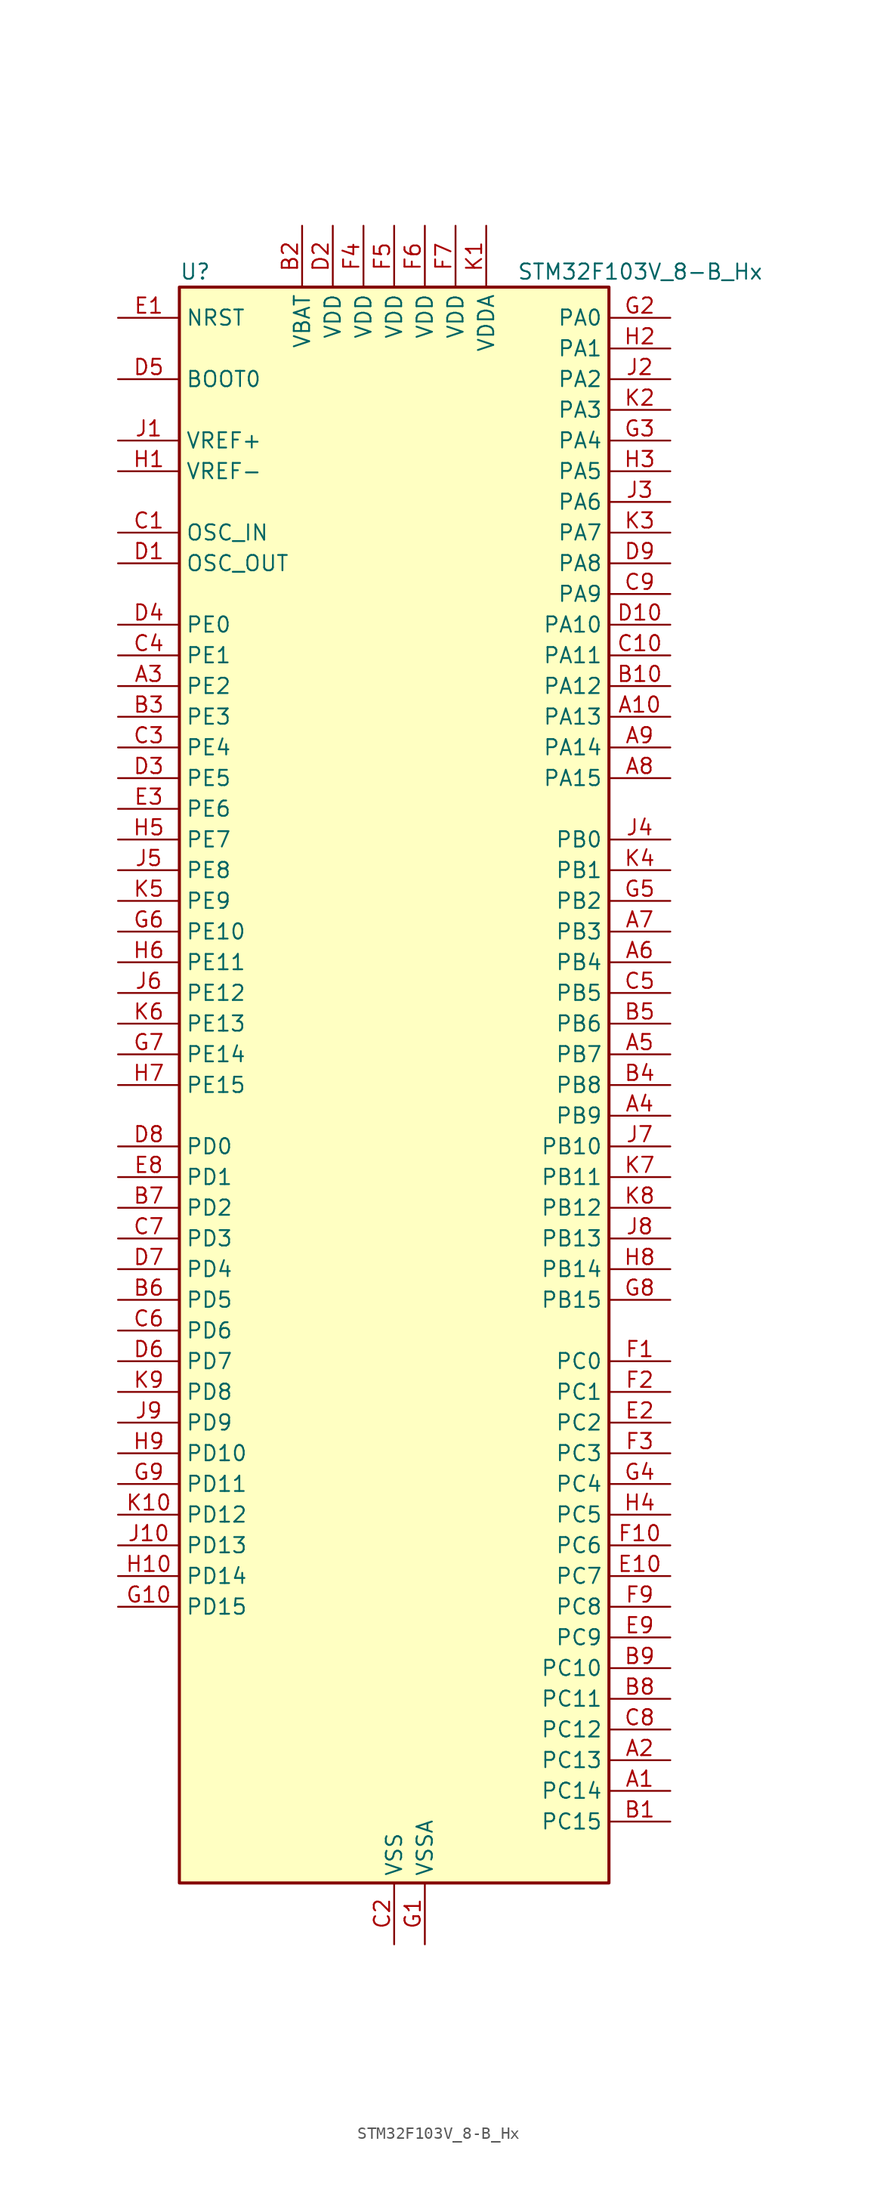
<source format=kicad_sym>
(kicad_symbol_lib
  (version 20231120)
  (generator "kicad_symbol_editor")
  (generator_version "8.0")
  (symbol "STM32F103V_8-B_Hx"
    (property "Reference" "U"
      (at -17.78 67.31 0)
      (effects (font (size 1.27 1.27)) (justify left)))
    (property "Value" "STM32F103V_8-B_Hx"
      (at 10.16 67.31 0)
      (effects (font (size 1.27 1.27)) (justify left)))
    (property "ki_locked" ""
      (at 0 0 0)
      (effects (font (size 1.27 1.27))))
    (symbol "STM32F103V_8-B_Hx_0_1"
      (rectangle (start -17.78 -66.04) (end 17.78 66.04) (stroke (width 0.254) (type default)) (fill (type background))))
    (symbol "STM32F103V_8-B_Hx_1_1"
      (pin bidirectional line (at 22.86 -58.42 180) (length 5.08) (name "PC14" (effects (font (size 1.27 1.27)))) (number "A1" (effects (font (size 1.27 1.27)))) (alternate "RCC_OSC32_IN" bidirectional line))
      (pin bidirectional line (at 22.86 30.48 180) (length 5.08) (name "PA13" (effects (font (size 1.27 1.27)))) (number "A10" (effects (font (size 1.27 1.27)))) (alternate "SYS_JTMS-SWDIO" bidirectional line))
      (pin bidirectional line (at 22.86 -55.88 180) (length 5.08) (name "PC13" (effects (font (size 1.27 1.27)))) (number "A2" (effects (font (size 1.27 1.27)))) (alternate "RTC_OUT" bidirectional line) (alternate "RTC_TAMPER" bidirectional line))
      (pin bidirectional line (at -22.86 33.02 0) (length 5.08) (name "PE2" (effects (font (size 1.27 1.27)))) (number "A3" (effects (font (size 1.27 1.27)))) (alternate "SYS_TRACECLK" bidirectional line))
      (pin bidirectional line (at 22.86 -2.54 180) (length 5.08) (name "PB9" (effects (font (size 1.27 1.27)))) (number "A4" (effects (font (size 1.27 1.27)))) (alternate "CAN_TX" bidirectional line) (alternate "I2C1_SDA" bidirectional line) (alternate "TIM4_CH4" bidirectional line))
      (pin bidirectional line (at 22.86 2.54 180) (length 5.08) (name "PB7" (effects (font (size 1.27 1.27)))) (number "A5" (effects (font (size 1.27 1.27)))) (alternate "I2C1_SDA" bidirectional line) (alternate "TIM4_CH2" bidirectional line) (alternate "USART1_RX" bidirectional line))
      (pin bidirectional line (at 22.86 10.16 180) (length 5.08) (name "PB4" (effects (font (size 1.27 1.27)))) (number "A6" (effects (font (size 1.27 1.27)))) (alternate "SPI1_MISO" bidirectional line) (alternate "SYS_NJTRST" bidirectional line) (alternate "TIM3_CH1" bidirectional line))
      (pin bidirectional line (at 22.86 12.7 180) (length 5.08) (name "PB3" (effects (font (size 1.27 1.27)))) (number "A7" (effects (font (size 1.27 1.27)))) (alternate "SPI1_SCK" bidirectional line) (alternate "SYS_JTDO-TRACESWO" bidirectional line) (alternate "TIM2_CH2" bidirectional line))
      (pin bidirectional line (at 22.86 25.4 180) (length 5.08) (name "PA15" (effects (font (size 1.27 1.27)))) (number "A8" (effects (font (size 1.27 1.27)))) (alternate "ADC1_EXTI15" bidirectional line) (alternate "ADC2_EXTI15" bidirectional line) (alternate "SPI1_NSS" bidirectional line) (alternate "SYS_JTDI" bidirectional line) (alternate "TIM2_CH1" bidirectional line) (alternate "TIM2_ETR" bidirectional line))
      (pin bidirectional line (at 22.86 27.94 180) (length 5.08) (name "PA14" (effects (font (size 1.27 1.27)))) (number "A9" (effects (font (size 1.27 1.27)))) (alternate "SYS_JTCK-SWCLK" bidirectional line))
      (pin bidirectional line (at 22.86 -60.96 180) (length 5.08) (name "PC15" (effects (font (size 1.27 1.27)))) (number "B1" (effects (font (size 1.27 1.27)))) (alternate "ADC1_EXTI15" bidirectional line) (alternate "ADC2_EXTI15" bidirectional line) (alternate "RCC_OSC32_OUT" bidirectional line))
      (pin bidirectional line (at 22.86 33.02 180) (length 5.08) (name "PA12" (effects (font (size 1.27 1.27)))) (number "B10" (effects (font (size 1.27 1.27)))) (alternate "CAN_TX" bidirectional line) (alternate "TIM1_ETR" bidirectional line) (alternate "USART1_RTS" bidirectional line) (alternate "USB_DP" bidirectional line))
      (pin power_in line (at -7.62 71.12 270) (length 5.08) (name "VBAT" (effects (font (size 1.27 1.27)))) (number "B2" (effects (font (size 1.27 1.27)))))
      (pin bidirectional line (at -22.86 30.48 0) (length 5.08) (name "PE3" (effects (font (size 1.27 1.27)))) (number "B3" (effects (font (size 1.27 1.27)))) (alternate "SYS_TRACED0" bidirectional line))
      (pin bidirectional line (at 22.86 0 180) (length 5.08) (name "PB8" (effects (font (size 1.27 1.27)))) (number "B4" (effects (font (size 1.27 1.27)))) (alternate "CAN_RX" bidirectional line) (alternate "I2C1_SCL" bidirectional line) (alternate "TIM4_CH3" bidirectional line))
      (pin bidirectional line (at 22.86 5.08 180) (length 5.08) (name "PB6" (effects (font (size 1.27 1.27)))) (number "B5" (effects (font (size 1.27 1.27)))) (alternate "I2C1_SCL" bidirectional line) (alternate "TIM4_CH1" bidirectional line) (alternate "USART1_TX" bidirectional line))
      (pin bidirectional line (at -22.86 -17.78 0) (length 5.08) (name "PD5" (effects (font (size 1.27 1.27)))) (number "B6" (effects (font (size 1.27 1.27)))) (alternate "USART2_TX" bidirectional line))
      (pin bidirectional line (at -22.86 -10.16 0) (length 5.08) (name "PD2" (effects (font (size 1.27 1.27)))) (number "B7" (effects (font (size 1.27 1.27)))) (alternate "TIM3_ETR" bidirectional line))
      (pin bidirectional line (at 22.86 -50.8 180) (length 5.08) (name "PC11" (effects (font (size 1.27 1.27)))) (number "B8" (effects (font (size 1.27 1.27)))) (alternate "ADC1_EXTI11" bidirectional line) (alternate "ADC2_EXTI11" bidirectional line) (alternate "USART3_RX" bidirectional line))
      (pin bidirectional line (at 22.86 -48.26 180) (length 5.08) (name "PC10" (effects (font (size 1.27 1.27)))) (number "B9" (effects (font (size 1.27 1.27)))) (alternate "USART3_TX" bidirectional line))
      (pin input line (at -22.86 45.72 0) (length 5.08) (name "OSC_IN" (effects (font (size 1.27 1.27)))) (number "C1" (effects (font (size 1.27 1.27)))) (alternate "RCC_OSC_IN" bidirectional line))
      (pin bidirectional line (at 22.86 35.56 180) (length 5.08) (name "PA11" (effects (font (size 1.27 1.27)))) (number "C10" (effects (font (size 1.27 1.27)))) (alternate "ADC1_EXTI11" bidirectional line) (alternate "ADC2_EXTI11" bidirectional line) (alternate "CAN_RX" bidirectional line) (alternate "TIM1_CH4" bidirectional line) (alternate "USART1_CTS" bidirectional line) (alternate "USB_DM" bidirectional line))
      (pin power_in line (at 0 -71.12 90) (length 5.08) (name "VSS" (effects (font (size 1.27 1.27)))) (number "C2" (effects (font (size 1.27 1.27)))))
      (pin bidirectional line (at -22.86 27.94 0) (length 5.08) (name "PE4" (effects (font (size 1.27 1.27)))) (number "C3" (effects (font (size 1.27 1.27)))) (alternate "SYS_TRACED1" bidirectional line))
      (pin bidirectional line (at -22.86 35.56 0) (length 5.08) (name "PE1" (effects (font (size 1.27 1.27)))) (number "C4" (effects (font (size 1.27 1.27)))))
      (pin bidirectional line (at 22.86 7.62 180) (length 5.08) (name "PB5" (effects (font (size 1.27 1.27)))) (number "C5" (effects (font (size 1.27 1.27)))) (alternate "I2C1_SMBA" bidirectional line) (alternate "SPI1_MOSI" bidirectional line) (alternate "TIM3_CH2" bidirectional line))
      (pin bidirectional line (at -22.86 -20.32 0) (length 5.08) (name "PD6" (effects (font (size 1.27 1.27)))) (number "C6" (effects (font (size 1.27 1.27)))) (alternate "USART2_RX" bidirectional line))
      (pin bidirectional line (at -22.86 -12.7 0) (length 5.08) (name "PD3" (effects (font (size 1.27 1.27)))) (number "C7" (effects (font (size 1.27 1.27)))) (alternate "USART2_CTS" bidirectional line))
      (pin bidirectional line (at 22.86 -53.34 180) (length 5.08) (name "PC12" (effects (font (size 1.27 1.27)))) (number "C8" (effects (font (size 1.27 1.27)))) (alternate "USART3_CK" bidirectional line))
      (pin bidirectional line (at 22.86 40.64 180) (length 5.08) (name "PA9" (effects (font (size 1.27 1.27)))) (number "C9" (effects (font (size 1.27 1.27)))) (alternate "TIM1_CH2" bidirectional line) (alternate "USART1_TX" bidirectional line))
      (pin input line (at -22.86 43.18 0) (length 5.08) (name "OSC_OUT" (effects (font (size 1.27 1.27)))) (number "D1" (effects (font (size 1.27 1.27)))) (alternate "RCC_OSC_OUT" bidirectional line))
      (pin bidirectional line (at 22.86 38.1 180) (length 5.08) (name "PA10" (effects (font (size 1.27 1.27)))) (number "D10" (effects (font (size 1.27 1.27)))) (alternate "TIM1_CH3" bidirectional line) (alternate "USART1_RX" bidirectional line))
      (pin power_in line (at -5.08 71.12 270) (length 5.08) (name "VDD" (effects (font (size 1.27 1.27)))) (number "D2" (effects (font (size 1.27 1.27)))))
      (pin bidirectional line (at -22.86 25.4 0) (length 5.08) (name "PE5" (effects (font (size 1.27 1.27)))) (number "D3" (effects (font (size 1.27 1.27)))) (alternate "SYS_TRACED2" bidirectional line))
      (pin bidirectional line (at -22.86 38.1 0) (length 5.08) (name "PE0" (effects (font (size 1.27 1.27)))) (number "D4" (effects (font (size 1.27 1.27)))) (alternate "TIM4_ETR" bidirectional line))
      (pin input line (at -22.86 58.42 0) (length 5.08) (name "BOOT0" (effects (font (size 1.27 1.27)))) (number "D5" (effects (font (size 1.27 1.27)))))
      (pin bidirectional line (at -22.86 -22.86 0) (length 5.08) (name "PD7" (effects (font (size 1.27 1.27)))) (number "D6" (effects (font (size 1.27 1.27)))) (alternate "USART2_CK" bidirectional line))
      (pin bidirectional line (at -22.86 -15.24 0) (length 5.08) (name "PD4" (effects (font (size 1.27 1.27)))) (number "D7" (effects (font (size 1.27 1.27)))) (alternate "USART2_RTS" bidirectional line))
      (pin bidirectional line (at -22.86 -5.08 0) (length 5.08) (name "PD0" (effects (font (size 1.27 1.27)))) (number "D8" (effects (font (size 1.27 1.27)))) (alternate "CAN_RX" bidirectional line))
      (pin bidirectional line (at 22.86 43.18 180) (length 5.08) (name "PA8" (effects (font (size 1.27 1.27)))) (number "D9" (effects (font (size 1.27 1.27)))) (alternate "RCC_MCO" bidirectional line) (alternate "TIM1_CH1" bidirectional line) (alternate "USART1_CK" bidirectional line))
      (pin input line (at -22.86 63.5 0) (length 5.08) (name "NRST" (effects (font (size 1.27 1.27)))) (number "E1" (effects (font (size 1.27 1.27)))))
      (pin bidirectional line (at 22.86 -40.64 180) (length 5.08) (name "PC7" (effects (font (size 1.27 1.27)))) (number "E10" (effects (font (size 1.27 1.27)))) (alternate "TIM3_CH2" bidirectional line))
      (pin bidirectional line (at 22.86 -27.94 180) (length 5.08) (name "PC2" (effects (font (size 1.27 1.27)))) (number "E2" (effects (font (size 1.27 1.27)))) (alternate "ADC1_IN12" bidirectional line) (alternate "ADC2_IN12" bidirectional line))
      (pin bidirectional line (at -22.86 22.86 0) (length 5.08) (name "PE6" (effects (font (size 1.27 1.27)))) (number "E3" (effects (font (size 1.27 1.27)))) (alternate "SYS_TRACED3" bidirectional line))
      (pin passive line (at 0 -71.12 90) (length 5.08) hide (name "VSS" (effects (font (size 1.27 1.27)))) (number "E4" (effects (font (size 1.27 1.27)))))
      (pin passive line (at 0 -71.12 90) (length 5.08) hide (name "VSS" (effects (font (size 1.27 1.27)))) (number "E5" (effects (font (size 1.27 1.27)))))
      (pin passive line (at 0 -71.12 90) (length 5.08) hide (name "VSS" (effects (font (size 1.27 1.27)))) (number "E6" (effects (font (size 1.27 1.27)))))
      (pin passive line (at 0 -71.12 90) (length 5.08) hide (name "VSS" (effects (font (size 1.27 1.27)))) (number "E7" (effects (font (size 1.27 1.27)))))
      (pin bidirectional line (at -22.86 -7.62 0) (length 5.08) (name "PD1" (effects (font (size 1.27 1.27)))) (number "E8" (effects (font (size 1.27 1.27)))) (alternate "CAN_TX" bidirectional line))
      (pin bidirectional line (at 22.86 -45.72 180) (length 5.08) (name "PC9" (effects (font (size 1.27 1.27)))) (number "E9" (effects (font (size 1.27 1.27)))) (alternate "TIM3_CH4" bidirectional line))
      (pin bidirectional line (at 22.86 -22.86 180) (length 5.08) (name "PC0" (effects (font (size 1.27 1.27)))) (number "F1" (effects (font (size 1.27 1.27)))) (alternate "ADC1_IN10" bidirectional line) (alternate "ADC2_IN10" bidirectional line))
      (pin bidirectional line (at 22.86 -38.1 180) (length 5.08) (name "PC6" (effects (font (size 1.27 1.27)))) (number "F10" (effects (font (size 1.27 1.27)))) (alternate "TIM3_CH1" bidirectional line))
      (pin bidirectional line (at 22.86 -25.4 180) (length 5.08) (name "PC1" (effects (font (size 1.27 1.27)))) (number "F2" (effects (font (size 1.27 1.27)))) (alternate "ADC1_IN11" bidirectional line) (alternate "ADC2_IN11" bidirectional line))
      (pin bidirectional line (at 22.86 -30.48 180) (length 5.08) (name "PC3" (effects (font (size 1.27 1.27)))) (number "F3" (effects (font (size 1.27 1.27)))) (alternate "ADC1_IN13" bidirectional line) (alternate "ADC2_IN13" bidirectional line))
      (pin power_in line (at -2.54 71.12 270) (length 5.08) (name "VDD" (effects (font (size 1.27 1.27)))) (number "F4" (effects (font (size 1.27 1.27)))))
      (pin power_in line (at 0 71.12 270) (length 5.08) (name "VDD" (effects (font (size 1.27 1.27)))) (number "F5" (effects (font (size 1.27 1.27)))))
      (pin power_in line (at 2.54 71.12 270) (length 5.08) (name "VDD" (effects (font (size 1.27 1.27)))) (number "F6" (effects (font (size 1.27 1.27)))))
      (pin power_in line (at 5.08 71.12 270) (length 5.08) (name "VDD" (effects (font (size 1.27 1.27)))) (number "F7" (effects (font (size 1.27 1.27)))))
      (pin no_connect line (at -17.78 -66.04 0) (length 5.08) hide (name "NC" (effects (font (size 1.27 1.27)))) (number "F8" (effects (font (size 1.27 1.27)))))
      (pin bidirectional line (at 22.86 -43.18 180) (length 5.08) (name "PC8" (effects (font (size 1.27 1.27)))) (number "F9" (effects (font (size 1.27 1.27)))) (alternate "TIM3_CH3" bidirectional line))
      (pin power_in line (at 2.54 -71.12 90) (length 5.08) (name "VSSA" (effects (font (size 1.27 1.27)))) (number "G1" (effects (font (size 1.27 1.27)))))
      (pin bidirectional line (at -22.86 -43.18 0) (length 5.08) (name "PD15" (effects (font (size 1.27 1.27)))) (number "G10" (effects (font (size 1.27 1.27)))) (alternate "ADC1_EXTI15" bidirectional line) (alternate "ADC2_EXTI15" bidirectional line) (alternate "TIM4_CH4" bidirectional line))
      (pin bidirectional line (at 22.86 63.5 180) (length 5.08) (name "PA0" (effects (font (size 1.27 1.27)))) (number "G2" (effects (font (size 1.27 1.27)))) (alternate "ADC1_IN0" bidirectional line) (alternate "ADC2_IN0" bidirectional line) (alternate "SYS_WKUP" bidirectional line) (alternate "TIM2_CH1" bidirectional line) (alternate "TIM2_ETR" bidirectional line) (alternate "USART2_CTS" bidirectional line))
      (pin bidirectional line (at 22.86 53.34 180) (length 5.08) (name "PA4" (effects (font (size 1.27 1.27)))) (number "G3" (effects (font (size 1.27 1.27)))) (alternate "ADC1_IN4" bidirectional line) (alternate "ADC2_IN4" bidirectional line) (alternate "SPI1_NSS" bidirectional line) (alternate "USART2_CK" bidirectional line))
      (pin bidirectional line (at 22.86 -33.02 180) (length 5.08) (name "PC4" (effects (font (size 1.27 1.27)))) (number "G4" (effects (font (size 1.27 1.27)))) (alternate "ADC1_IN14" bidirectional line) (alternate "ADC2_IN14" bidirectional line))
      (pin bidirectional line (at 22.86 15.24 180) (length 5.08) (name "PB2" (effects (font (size 1.27 1.27)))) (number "G5" (effects (font (size 1.27 1.27)))))
      (pin bidirectional line (at -22.86 12.7 0) (length 5.08) (name "PE10" (effects (font (size 1.27 1.27)))) (number "G6" (effects (font (size 1.27 1.27)))) (alternate "TIM1_CH2N" bidirectional line))
      (pin bidirectional line (at -22.86 2.54 0) (length 5.08) (name "PE14" (effects (font (size 1.27 1.27)))) (number "G7" (effects (font (size 1.27 1.27)))) (alternate "TIM1_CH4" bidirectional line))
      (pin bidirectional line (at 22.86 -17.78 180) (length 5.08) (name "PB15" (effects (font (size 1.27 1.27)))) (number "G8" (effects (font (size 1.27 1.27)))) (alternate "ADC1_EXTI15" bidirectional line) (alternate "ADC2_EXTI15" bidirectional line) (alternate "SPI2_MOSI" bidirectional line) (alternate "TIM1_CH3N" bidirectional line))
      (pin bidirectional line (at -22.86 -33.02 0) (length 5.08) (name "PD11" (effects (font (size 1.27 1.27)))) (number "G9" (effects (font (size 1.27 1.27)))) (alternate "ADC1_EXTI11" bidirectional line) (alternate "ADC2_EXTI11" bidirectional line) (alternate "USART3_CTS" bidirectional line))
      (pin input line (at -22.86 50.8 0) (length 5.08) (name "VREF-" (effects (font (size 1.27 1.27)))) (number "H1" (effects (font (size 1.27 1.27)))))
      (pin bidirectional line (at -22.86 -40.64 0) (length 5.08) (name "PD14" (effects (font (size 1.27 1.27)))) (number "H10" (effects (font (size 1.27 1.27)))) (alternate "TIM4_CH3" bidirectional line))
      (pin bidirectional line (at 22.86 60.96 180) (length 5.08) (name "PA1" (effects (font (size 1.27 1.27)))) (number "H2" (effects (font (size 1.27 1.27)))) (alternate "ADC1_IN1" bidirectional line) (alternate "ADC2_IN1" bidirectional line) (alternate "TIM2_CH2" bidirectional line) (alternate "USART2_RTS" bidirectional line))
      (pin bidirectional line (at 22.86 50.8 180) (length 5.08) (name "PA5" (effects (font (size 1.27 1.27)))) (number "H3" (effects (font (size 1.27 1.27)))) (alternate "ADC1_IN5" bidirectional line) (alternate "ADC2_IN5" bidirectional line) (alternate "SPI1_SCK" bidirectional line))
      (pin bidirectional line (at 22.86 -35.56 180) (length 5.08) (name "PC5" (effects (font (size 1.27 1.27)))) (number "H4" (effects (font (size 1.27 1.27)))) (alternate "ADC1_IN15" bidirectional line) (alternate "ADC2_IN15" bidirectional line))
      (pin bidirectional line (at -22.86 20.32 0) (length 5.08) (name "PE7" (effects (font (size 1.27 1.27)))) (number "H5" (effects (font (size 1.27 1.27)))) (alternate "TIM1_ETR" bidirectional line))
      (pin bidirectional line (at -22.86 10.16 0) (length 5.08) (name "PE11" (effects (font (size 1.27 1.27)))) (number "H6" (effects (font (size 1.27 1.27)))) (alternate "ADC1_EXTI11" bidirectional line) (alternate "ADC2_EXTI11" bidirectional line) (alternate "TIM1_CH2" bidirectional line))
      (pin bidirectional line (at -22.86 0 0) (length 5.08) (name "PE15" (effects (font (size 1.27 1.27)))) (number "H7" (effects (font (size 1.27 1.27)))) (alternate "ADC1_EXTI15" bidirectional line) (alternate "ADC2_EXTI15" bidirectional line) (alternate "TIM1_BKIN" bidirectional line))
      (pin bidirectional line (at 22.86 -15.24 180) (length 5.08) (name "PB14" (effects (font (size 1.27 1.27)))) (number "H8" (effects (font (size 1.27 1.27)))) (alternate "SPI2_MISO" bidirectional line) (alternate "TIM1_CH2N" bidirectional line) (alternate "USART3_RTS" bidirectional line))
      (pin bidirectional line (at -22.86 -30.48 0) (length 5.08) (name "PD10" (effects (font (size 1.27 1.27)))) (number "H9" (effects (font (size 1.27 1.27)))) (alternate "USART3_CK" bidirectional line))
      (pin input line (at -22.86 53.34 0) (length 5.08) (name "VREF+" (effects (font (size 1.27 1.27)))) (number "J1" (effects (font (size 1.27 1.27)))))
      (pin bidirectional line (at -22.86 -38.1 0) (length 5.08) (name "PD13" (effects (font (size 1.27 1.27)))) (number "J10" (effects (font (size 1.27 1.27)))) (alternate "TIM4_CH2" bidirectional line))
      (pin bidirectional line (at 22.86 58.42 180) (length 5.08) (name "PA2" (effects (font (size 1.27 1.27)))) (number "J2" (effects (font (size 1.27 1.27)))) (alternate "ADC1_IN2" bidirectional line) (alternate "ADC2_IN2" bidirectional line) (alternate "TIM2_CH3" bidirectional line) (alternate "USART2_TX" bidirectional line))
      (pin bidirectional line (at 22.86 48.26 180) (length 5.08) (name "PA6" (effects (font (size 1.27 1.27)))) (number "J3" (effects (font (size 1.27 1.27)))) (alternate "ADC1_IN6" bidirectional line) (alternate "ADC2_IN6" bidirectional line) (alternate "SPI1_MISO" bidirectional line) (alternate "TIM1_BKIN" bidirectional line) (alternate "TIM3_CH1" bidirectional line))
      (pin bidirectional line (at 22.86 20.32 180) (length 5.08) (name "PB0" (effects (font (size 1.27 1.27)))) (number "J4" (effects (font (size 1.27 1.27)))) (alternate "ADC1_IN8" bidirectional line) (alternate "ADC2_IN8" bidirectional line) (alternate "TIM1_CH2N" bidirectional line) (alternate "TIM3_CH3" bidirectional line))
      (pin bidirectional line (at -22.86 17.78 0) (length 5.08) (name "PE8" (effects (font (size 1.27 1.27)))) (number "J5" (effects (font (size 1.27 1.27)))) (alternate "TIM1_CH1N" bidirectional line))
      (pin bidirectional line (at -22.86 7.62 0) (length 5.08) (name "PE12" (effects (font (size 1.27 1.27)))) (number "J6" (effects (font (size 1.27 1.27)))) (alternate "TIM1_CH3N" bidirectional line))
      (pin bidirectional line (at 22.86 -5.08 180) (length 5.08) (name "PB10" (effects (font (size 1.27 1.27)))) (number "J7" (effects (font (size 1.27 1.27)))) (alternate "I2C2_SCL" bidirectional line) (alternate "TIM2_CH3" bidirectional line) (alternate "USART3_TX" bidirectional line))
      (pin bidirectional line (at 22.86 -12.7 180) (length 5.08) (name "PB13" (effects (font (size 1.27 1.27)))) (number "J8" (effects (font (size 1.27 1.27)))) (alternate "SPI2_SCK" bidirectional line) (alternate "TIM1_CH1N" bidirectional line) (alternate "USART3_CTS" bidirectional line))
      (pin bidirectional line (at -22.86 -27.94 0) (length 5.08) (name "PD9" (effects (font (size 1.27 1.27)))) (number "J9" (effects (font (size 1.27 1.27)))) (alternate "USART3_RX" bidirectional line))
      (pin power_in line (at 7.62 71.12 270) (length 5.08) (name "VDDA" (effects (font (size 1.27 1.27)))) (number "K1" (effects (font (size 1.27 1.27)))))
      (pin bidirectional line (at -22.86 -35.56 0) (length 5.08) (name "PD12" (effects (font (size 1.27 1.27)))) (number "K10" (effects (font (size 1.27 1.27)))) (alternate "TIM4_CH1" bidirectional line) (alternate "USART3_RTS" bidirectional line))
      (pin bidirectional line (at 22.86 55.88 180) (length 5.08) (name "PA3" (effects (font (size 1.27 1.27)))) (number "K2" (effects (font (size 1.27 1.27)))) (alternate "ADC1_IN3" bidirectional line) (alternate "ADC2_IN3" bidirectional line) (alternate "TIM2_CH4" bidirectional line) (alternate "USART2_RX" bidirectional line))
      (pin bidirectional line (at 22.86 45.72 180) (length 5.08) (name "PA7" (effects (font (size 1.27 1.27)))) (number "K3" (effects (font (size 1.27 1.27)))) (alternate "ADC1_IN7" bidirectional line) (alternate "ADC2_IN7" bidirectional line) (alternate "SPI1_MOSI" bidirectional line) (alternate "TIM1_CH1N" bidirectional line) (alternate "TIM3_CH2" bidirectional line))
      (pin bidirectional line (at 22.86 17.78 180) (length 5.08) (name "PB1" (effects (font (size 1.27 1.27)))) (number "K4" (effects (font (size 1.27 1.27)))) (alternate "ADC1_IN9" bidirectional line) (alternate "ADC2_IN9" bidirectional line) (alternate "TIM1_CH3N" bidirectional line) (alternate "TIM3_CH4" bidirectional line))
      (pin bidirectional line (at -22.86 15.24 0) (length 5.08) (name "PE9" (effects (font (size 1.27 1.27)))) (number "K5" (effects (font (size 1.27 1.27)))) (alternate "TIM1_CH1" bidirectional line))
      (pin bidirectional line (at -22.86 5.08 0) (length 5.08) (name "PE13" (effects (font (size 1.27 1.27)))) (number "K6" (effects (font (size 1.27 1.27)))) (alternate "TIM1_CH3" bidirectional line))
      (pin bidirectional line (at 22.86 -7.62 180) (length 5.08) (name "PB11" (effects (font (size 1.27 1.27)))) (number "K7" (effects (font (size 1.27 1.27)))) (alternate "ADC1_EXTI11" bidirectional line) (alternate "ADC2_EXTI11" bidirectional line) (alternate "I2C2_SDA" bidirectional line) (alternate "TIM2_CH4" bidirectional line) (alternate "USART3_RX" bidirectional line))
      (pin bidirectional line (at 22.86 -10.16 180) (length 5.08) (name "PB12" (effects (font (size 1.27 1.27)))) (number "K8" (effects (font (size 1.27 1.27)))) (alternate "I2C2_SMBA" bidirectional line) (alternate "SPI2_NSS" bidirectional line) (alternate "TIM1_BKIN" bidirectional line) (alternate "USART3_CK" bidirectional line))
      (pin bidirectional line (at -22.86 -25.4 0) (length 5.08) (name "PD8" (effects (font (size 1.27 1.27)))) (number "K9" (effects (font (size 1.27 1.27)))) (alternate "USART3_TX" bidirectional line)))))
</source>
